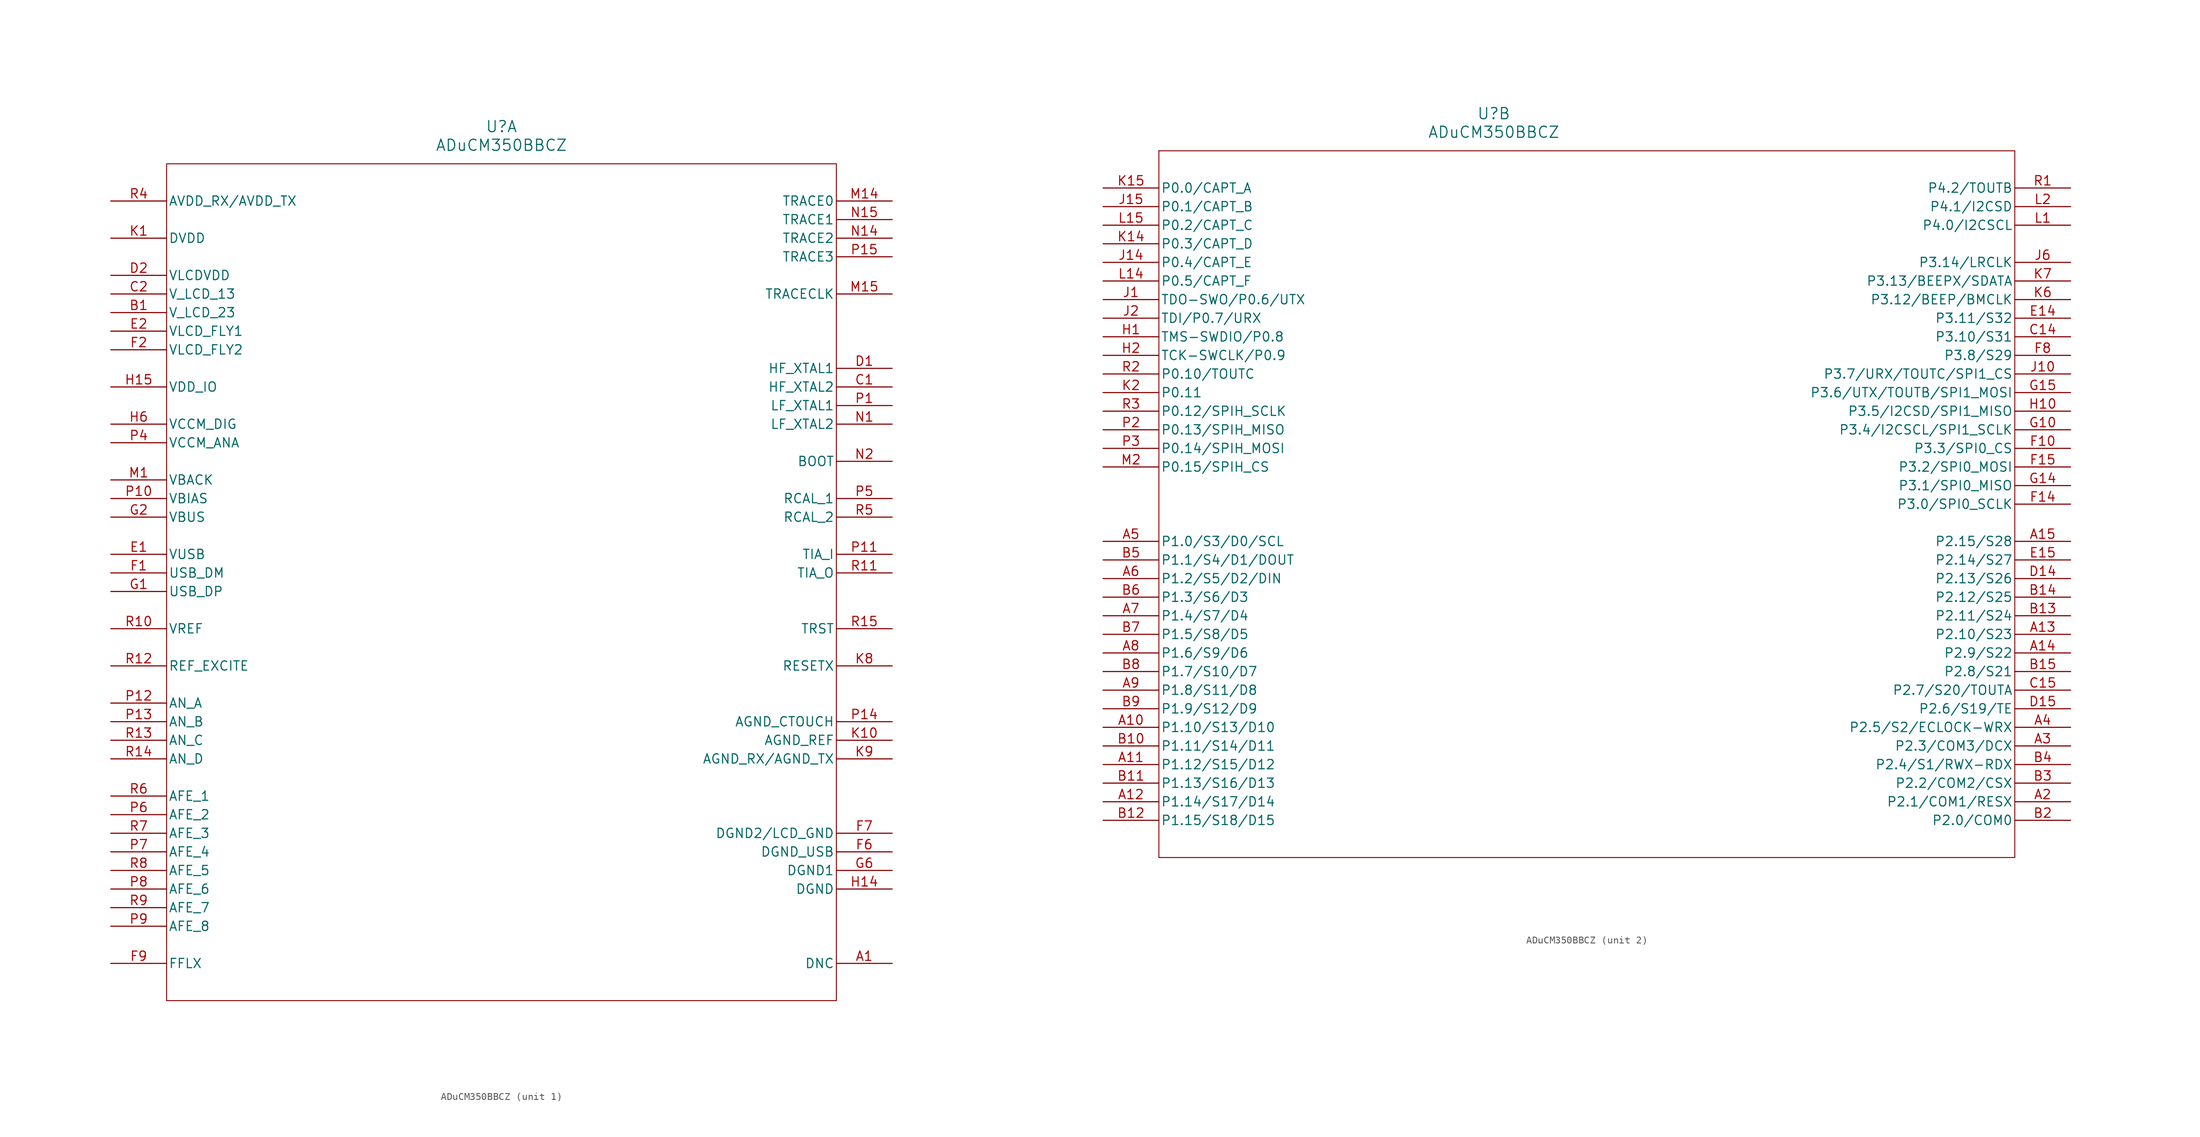
<source format=kicad_sym>
(kicad_symbol_lib
  (version 20231120)
  (generator "kicad_symbol_editor")
  (generator_version "8.0")
  (symbol "ADuCM350BBCZ"
    (pin_names
      (offset 0.254))
    (property "Reference" "U"
      (at 53.34 10.16 0)
      (effects (font (size 1.524 1.524))))
    (property "Value" "ADuCM350BBCZ"
      (at 53.34 7.62 0)
      (effects (font (size 1.524 1.524))))
    (property "ki_locked" ""
      (at 0 0 0)
      (effects (font (size 1.27 1.27))))
    (symbol "ADuCM350BBCZ_1_1"
      (polyline (pts (xy 7.62 -109.22) (xy 99.06 -109.22)) (stroke (width 0.127) (type default)) (fill (type none)))
      (polyline (pts (xy 7.62 5.08) (xy 7.62 -109.22)) (stroke (width 0.127) (type default)) (fill (type none)))
      (polyline (pts (xy 99.06 -109.22) (xy 99.06 5.08)) (stroke (width 0.127) (type default)) (fill (type none)))
      (polyline (pts (xy 99.06 5.08) (xy 7.62 5.08)) (stroke (width 0.127) (type default)) (fill (type none)))
      (pin unspecified line (at 106.68 -104.14 180) (length 7.62) (name "DNC" (effects (font (size 1.27 1.27)))) (number "A1" (effects (font (size 1.27 1.27)))))
      (pin unspecified line (at 0 -15.24 0) (length 7.62) (name "V_LCD_23" (effects (font (size 1.27 1.27)))) (number "B1" (effects (font (size 1.27 1.27)))))
      (pin unspecified line (at 106.68 -25.4 180) (length 7.62) (name "HF_XTAL2" (effects (font (size 1.27 1.27)))) (number "C1" (effects (font (size 1.27 1.27)))))
      (pin unspecified line (at 0 -12.7 0) (length 7.62) (name "V_LCD_13" (effects (font (size 1.27 1.27)))) (number "C2" (effects (font (size 1.27 1.27)))))
      (pin unspecified line (at 106.68 -22.86 180) (length 7.62) (name "HF_XTAL1" (effects (font (size 1.27 1.27)))) (number "D1" (effects (font (size 1.27 1.27)))))
      (pin unspecified line (at 0 -10.16 0) (length 7.62) (name "VLCDVDD" (effects (font (size 1.27 1.27)))) (number "D2" (effects (font (size 1.27 1.27)))))
      (pin unspecified line (at 0 -48.26 0) (length 7.62) (name "VUSB" (effects (font (size 1.27 1.27)))) (number "E1" (effects (font (size 1.27 1.27)))))
      (pin unspecified line (at 0 -17.78 0) (length 7.62) (name "VLCD_FLY1" (effects (font (size 1.27 1.27)))) (number "E2" (effects (font (size 1.27 1.27)))))
      (pin unspecified line (at 0 -50.8 0) (length 7.62) (name "USB_DM" (effects (font (size 1.27 1.27)))) (number "F1" (effects (font (size 1.27 1.27)))))
      (pin unspecified line (at 0 -20.32 0) (length 7.62) (name "VLCD_FLY2" (effects (font (size 1.27 1.27)))) (number "F2" (effects (font (size 1.27 1.27)))))
      (pin unspecified line (at 106.68 -88.9 180) (length 7.62) (name "DGND_USB" (effects (font (size 1.27 1.27)))) (number "F6" (effects (font (size 1.27 1.27)))))
      (pin unspecified line (at 106.68 -86.36 180) (length 7.62) (name "DGND2/LCD_GND" (effects (font (size 1.27 1.27)))) (number "F7" (effects (font (size 1.27 1.27)))))
      (pin unspecified line (at 0 -104.14 0) (length 7.62) (name "FFLX" (effects (font (size 1.27 1.27)))) (number "F9" (effects (font (size 1.27 1.27)))))
      (pin unspecified line (at 0 -53.34 0) (length 7.62) (name "USB_DP" (effects (font (size 1.27 1.27)))) (number "G1" (effects (font (size 1.27 1.27)))))
      (pin unspecified line (at 0 -43.18 0) (length 7.62) (name "VBUS" (effects (font (size 1.27 1.27)))) (number "G2" (effects (font (size 1.27 1.27)))))
      (pin unspecified line (at 106.68 -91.44 180) (length 7.62) (name "DGND1" (effects (font (size 1.27 1.27)))) (number "G6" (effects (font (size 1.27 1.27)))))
      (pin unspecified line (at 106.68 -93.98 180) (length 7.62) (name "DGND" (effects (font (size 1.27 1.27)))) (number "H14" (effects (font (size 1.27 1.27)))))
      (pin unspecified line (at 0 -25.4 0) (length 7.62) (name "VDD_IO" (effects (font (size 1.27 1.27)))) (number "H15" (effects (font (size 1.27 1.27)))))
      (pin unspecified line (at 0 -30.48 0) (length 7.62) (name "VCCM_DIG" (effects (font (size 1.27 1.27)))) (number "H6" (effects (font (size 1.27 1.27)))))
      (pin unspecified line (at 0 -5.08 0) (length 7.62) (name "DVDD" (effects (font (size 1.27 1.27)))) (number "K1" (effects (font (size 1.27 1.27)))))
      (pin unspecified line (at 106.68 -73.66 180) (length 7.62) (name "AGND_REF" (effects (font (size 1.27 1.27)))) (number "K10" (effects (font (size 1.27 1.27)))))
      (pin unspecified line (at 106.68 -63.5 180) (length 7.62) (name "RESETX" (effects (font (size 1.27 1.27)))) (number "K8" (effects (font (size 1.27 1.27)))))
      (pin unspecified line (at 106.68 -76.2 180) (length 7.62) (name "AGND_RX/AGND_TX" (effects (font (size 1.27 1.27)))) (number "K9" (effects (font (size 1.27 1.27)))))
      (pin unspecified line (at 0 -38.1 0) (length 7.62) (name "VBACK" (effects (font (size 1.27 1.27)))) (number "M1" (effects (font (size 1.27 1.27)))))
      (pin unspecified line (at 106.68 0 180) (length 7.62) (name "TRACE0" (effects (font (size 1.27 1.27)))) (number "M14" (effects (font (size 1.27 1.27)))))
      (pin unspecified line (at 106.68 -12.7 180) (length 7.62) (name "TRACECLK" (effects (font (size 1.27 1.27)))) (number "M15" (effects (font (size 1.27 1.27)))))
      (pin unspecified line (at 106.68 -30.48 180) (length 7.62) (name "LF_XTAL2" (effects (font (size 1.27 1.27)))) (number "N1" (effects (font (size 1.27 1.27)))))
      (pin unspecified line (at 106.68 -5.08 180) (length 7.62) (name "TRACE2" (effects (font (size 1.27 1.27)))) (number "N14" (effects (font (size 1.27 1.27)))))
      (pin unspecified line (at 106.68 -2.54 180) (length 7.62) (name "TRACE1" (effects (font (size 1.27 1.27)))) (number "N15" (effects (font (size 1.27 1.27)))))
      (pin unspecified line (at 106.68 -35.56 180) (length 7.62) (name "BOOT" (effects (font (size 1.27 1.27)))) (number "N2" (effects (font (size 1.27 1.27)))))
      (pin unspecified line (at 106.68 -27.94 180) (length 7.62) (name "LF_XTAL1" (effects (font (size 1.27 1.27)))) (number "P1" (effects (font (size 1.27 1.27)))))
      (pin unspecified line (at 0 -40.64 0) (length 7.62) (name "VBIAS" (effects (font (size 1.27 1.27)))) (number "P10" (effects (font (size 1.27 1.27)))))
      (pin unspecified line (at 106.68 -48.26 180) (length 7.62) (name "TIA_I" (effects (font (size 1.27 1.27)))) (number "P11" (effects (font (size 1.27 1.27)))))
      (pin unspecified line (at 0 -68.58 0) (length 7.62) (name "AN_A" (effects (font (size 1.27 1.27)))) (number "P12" (effects (font (size 1.27 1.27)))))
      (pin unspecified line (at 0 -71.12 0) (length 7.62) (name "AN_B" (effects (font (size 1.27 1.27)))) (number "P13" (effects (font (size 1.27 1.27)))))
      (pin unspecified line (at 106.68 -71.12 180) (length 7.62) (name "AGND_CTOUCH" (effects (font (size 1.27 1.27)))) (number "P14" (effects (font (size 1.27 1.27)))))
      (pin unspecified line (at 106.68 -7.62 180) (length 7.62) (name "TRACE3" (effects (font (size 1.27 1.27)))) (number "P15" (effects (font (size 1.27 1.27)))))
      (pin unspecified line (at 0 -33.02 0) (length 7.62) (name "VCCM_ANA" (effects (font (size 1.27 1.27)))) (number "P4" (effects (font (size 1.27 1.27)))))
      (pin unspecified line (at 106.68 -40.64 180) (length 7.62) (name "RCAL_1" (effects (font (size 1.27 1.27)))) (number "P5" (effects (font (size 1.27 1.27)))))
      (pin unspecified line (at 0 -83.82 0) (length 7.62) (name "AFE_2" (effects (font (size 1.27 1.27)))) (number "P6" (effects (font (size 1.27 1.27)))))
      (pin unspecified line (at 0 -88.9 0) (length 7.62) (name "AFE_4" (effects (font (size 1.27 1.27)))) (number "P7" (effects (font (size 1.27 1.27)))))
      (pin unspecified line (at 0 -93.98 0) (length 7.62) (name "AFE_6" (effects (font (size 1.27 1.27)))) (number "P8" (effects (font (size 1.27 1.27)))))
      (pin unspecified line (at 0 -99.06 0) (length 7.62) (name "AFE_8" (effects (font (size 1.27 1.27)))) (number "P9" (effects (font (size 1.27 1.27)))))
      (pin unspecified line (at 0 -58.42 0) (length 7.62) (name "VREF" (effects (font (size 1.27 1.27)))) (number "R10" (effects (font (size 1.27 1.27)))))
      (pin unspecified line (at 106.68 -50.8 180) (length 7.62) (name "TIA_O" (effects (font (size 1.27 1.27)))) (number "R11" (effects (font (size 1.27 1.27)))))
      (pin unspecified line (at 0 -63.5 0) (length 7.62) (name "REF_EXCITE" (effects (font (size 1.27 1.27)))) (number "R12" (effects (font (size 1.27 1.27)))))
      (pin unspecified line (at 0 -73.66 0) (length 7.62) (name "AN_C" (effects (font (size 1.27 1.27)))) (number "R13" (effects (font (size 1.27 1.27)))))
      (pin unspecified line (at 0 -76.2 0) (length 7.62) (name "AN_D" (effects (font (size 1.27 1.27)))) (number "R14" (effects (font (size 1.27 1.27)))))
      (pin unspecified line (at 106.68 -58.42 180) (length 7.62) (name "TRST" (effects (font (size 1.27 1.27)))) (number "R15" (effects (font (size 1.27 1.27)))))
      (pin unspecified line (at 0 0 0) (length 7.62) (name "AVDD_RX/AVDD_TX" (effects (font (size 1.27 1.27)))) (number "R4" (effects (font (size 1.27 1.27)))))
      (pin unspecified line (at 106.68 -43.18 180) (length 7.62) (name "RCAL_2" (effects (font (size 1.27 1.27)))) (number "R5" (effects (font (size 1.27 1.27)))))
      (pin unspecified line (at 0 -81.28 0) (length 7.62) (name "AFE_1" (effects (font (size 1.27 1.27)))) (number "R6" (effects (font (size 1.27 1.27)))))
      (pin unspecified line (at 0 -86.36 0) (length 7.62) (name "AFE_3" (effects (font (size 1.27 1.27)))) (number "R7" (effects (font (size 1.27 1.27)))))
      (pin unspecified line (at 0 -91.44 0) (length 7.62) (name "AFE_5" (effects (font (size 1.27 1.27)))) (number "R8" (effects (font (size 1.27 1.27)))))
      (pin unspecified line (at 0 -96.52 0) (length 7.62) (name "AFE_7" (effects (font (size 1.27 1.27)))) (number "R9" (effects (font (size 1.27 1.27))))))
    (symbol "ADuCM350BBCZ_2_1"
      (polyline (pts (xy 7.62 -91.44) (xy 124.46 -91.44)) (stroke (width 0.127) (type default)) (fill (type none)))
      (polyline (pts (xy 7.62 5.08) (xy 7.62 -91.44)) (stroke (width 0.127) (type default)) (fill (type none)))
      (polyline (pts (xy 124.46 -91.44) (xy 124.46 5.08)) (stroke (width 0.127) (type default)) (fill (type none)))
      (polyline (pts (xy 124.46 5.08) (xy 7.62 5.08)) (stroke (width 0.127) (type default)) (fill (type none)))
      (pin unspecified line (at 0 -73.66 0) (length 7.62) (name "P1.10/S13/D10" (effects (font (size 1.27 1.27)))) (number "A10" (effects (font (size 1.27 1.27)))))
      (pin unspecified line (at 0 -78.74 0) (length 7.62) (name "P1.12/S15/D12" (effects (font (size 1.27 1.27)))) (number "A11" (effects (font (size 1.27 1.27)))))
      (pin unspecified line (at 0 -83.82 0) (length 7.62) (name "P1.14/S17/D14" (effects (font (size 1.27 1.27)))) (number "A12" (effects (font (size 1.27 1.27)))))
      (pin unspecified line (at 132.08 -60.96 180) (length 7.62) (name "P2.10/S23" (effects (font (size 1.27 1.27)))) (number "A13" (effects (font (size 1.27 1.27)))))
      (pin unspecified line (at 132.08 -63.5 180) (length 7.62) (name "P2.9/S22" (effects (font (size 1.27 1.27)))) (number "A14" (effects (font (size 1.27 1.27)))))
      (pin unspecified line (at 132.08 -48.26 180) (length 7.62) (name "P2.15/S28" (effects (font (size 1.27 1.27)))) (number "A15" (effects (font (size 1.27 1.27)))))
      (pin unspecified line (at 132.08 -83.82 180) (length 7.62) (name "P2.1/COM1/RESX" (effects (font (size 1.27 1.27)))) (number "A2" (effects (font (size 1.27 1.27)))))
      (pin unspecified line (at 132.08 -76.2 180) (length 7.62) (name "P2.3/COM3/DCX" (effects (font (size 1.27 1.27)))) (number "A3" (effects (font (size 1.27 1.27)))))
      (pin unspecified line (at 132.08 -73.66 180) (length 7.62) (name "P2.5/S2/ECLOCK-WRX" (effects (font (size 1.27 1.27)))) (number "A4" (effects (font (size 1.27 1.27)))))
      (pin unspecified line (at 0 -48.26 0) (length 7.62) (name "P1.0/S3/D0/SCL" (effects (font (size 1.27 1.27)))) (number "A5" (effects (font (size 1.27 1.27)))))
      (pin unspecified line (at 0 -53.34 0) (length 7.62) (name "P1.2/S5/D2/DIN" (effects (font (size 1.27 1.27)))) (number "A6" (effects (font (size 1.27 1.27)))))
      (pin unspecified line (at 0 -58.42 0) (length 7.62) (name "P1.4/S7/D4" (effects (font (size 1.27 1.27)))) (number "A7" (effects (font (size 1.27 1.27)))))
      (pin unspecified line (at 0 -63.5 0) (length 7.62) (name "P1.6/S9/D6" (effects (font (size 1.27 1.27)))) (number "A8" (effects (font (size 1.27 1.27)))))
      (pin unspecified line (at 0 -68.58 0) (length 7.62) (name "P1.8/S11/D8" (effects (font (size 1.27 1.27)))) (number "A9" (effects (font (size 1.27 1.27)))))
      (pin unspecified line (at 0 -76.2 0) (length 7.62) (name "P1.11/S14/D11" (effects (font (size 1.27 1.27)))) (number "B10" (effects (font (size 1.27 1.27)))))
      (pin unspecified line (at 0 -81.28 0) (length 7.62) (name "P1.13/S16/D13" (effects (font (size 1.27 1.27)))) (number "B11" (effects (font (size 1.27 1.27)))))
      (pin unspecified line (at 0 -86.36 0) (length 7.62) (name "P1.15/S18/D15" (effects (font (size 1.27 1.27)))) (number "B12" (effects (font (size 1.27 1.27)))))
      (pin unspecified line (at 132.08 -58.42 180) (length 7.62) (name "P2.11/S24" (effects (font (size 1.27 1.27)))) (number "B13" (effects (font (size 1.27 1.27)))))
      (pin unspecified line (at 132.08 -55.88 180) (length 7.62) (name "P2.12/S25" (effects (font (size 1.27 1.27)))) (number "B14" (effects (font (size 1.27 1.27)))))
      (pin unspecified line (at 132.08 -66.04 180) (length 7.62) (name "P2.8/S21" (effects (font (size 1.27 1.27)))) (number "B15" (effects (font (size 1.27 1.27)))))
      (pin unspecified line (at 132.08 -86.36 180) (length 7.62) (name "P2.0/COM0" (effects (font (size 1.27 1.27)))) (number "B2" (effects (font (size 1.27 1.27)))))
      (pin unspecified line (at 132.08 -81.28 180) (length 7.62) (name "P2.2/COM2/CSX" (effects (font (size 1.27 1.27)))) (number "B3" (effects (font (size 1.27 1.27)))))
      (pin unspecified line (at 132.08 -78.74 180) (length 7.62) (name "P2.4/S1/RWX-RDX" (effects (font (size 1.27 1.27)))) (number "B4" (effects (font (size 1.27 1.27)))))
      (pin unspecified line (at 0 -50.8 0) (length 7.62) (name "P1.1/S4/D1/DOUT" (effects (font (size 1.27 1.27)))) (number "B5" (effects (font (size 1.27 1.27)))))
      (pin unspecified line (at 0 -55.88 0) (length 7.62) (name "P1.3/S6/D3" (effects (font (size 1.27 1.27)))) (number "B6" (effects (font (size 1.27 1.27)))))
      (pin unspecified line (at 0 -60.96 0) (length 7.62) (name "P1.5/S8/D5" (effects (font (size 1.27 1.27)))) (number "B7" (effects (font (size 1.27 1.27)))))
      (pin unspecified line (at 0 -66.04 0) (length 7.62) (name "P1.7/S10/D7" (effects (font (size 1.27 1.27)))) (number "B8" (effects (font (size 1.27 1.27)))))
      (pin unspecified line (at 0 -71.12 0) (length 7.62) (name "P1.9/S12/D9" (effects (font (size 1.27 1.27)))) (number "B9" (effects (font (size 1.27 1.27)))))
      (pin unspecified line (at 132.08 -20.32 180) (length 7.62) (name "P3.10/S31" (effects (font (size 1.27 1.27)))) (number "C14" (effects (font (size 1.27 1.27)))))
      (pin unspecified line (at 132.08 -68.58 180) (length 7.62) (name "P2.7/S20/TOUTA" (effects (font (size 1.27 1.27)))) (number "C15" (effects (font (size 1.27 1.27)))))
      (pin unspecified line (at 132.08 -53.34 180) (length 7.62) (name "P2.13/S26" (effects (font (size 1.27 1.27)))) (number "D14" (effects (font (size 1.27 1.27)))))
      (pin unspecified line (at 132.08 -71.12 180) (length 7.62) (name "P2.6/S19/TE" (effects (font (size 1.27 1.27)))) (number "D15" (effects (font (size 1.27 1.27)))))
      (pin unspecified line (at 132.08 -17.78 180) (length 7.62) (name "P3.11/S32" (effects (font (size 1.27 1.27)))) (number "E14" (effects (font (size 1.27 1.27)))))
      (pin unspecified line (at 132.08 -50.8 180) (length 7.62) (name "P2.14/S27" (effects (font (size 1.27 1.27)))) (number "E15" (effects (font (size 1.27 1.27)))))
      (pin unspecified line (at 132.08 -35.56 180) (length 7.62) (name "P3.3/SPI0_CS" (effects (font (size 1.27 1.27)))) (number "F10" (effects (font (size 1.27 1.27)))))
      (pin unspecified line (at 132.08 -43.18 180) (length 7.62) (name "P3.0/SPI0_SCLK" (effects (font (size 1.27 1.27)))) (number "F14" (effects (font (size 1.27 1.27)))))
      (pin unspecified line (at 132.08 -38.1 180) (length 7.62) (name "P3.2/SPI0_MOSI" (effects (font (size 1.27 1.27)))) (number "F15" (effects (font (size 1.27 1.27)))))
      (pin unspecified line (at 132.08 -22.86 180) (length 7.62) (name "P3.8/S29" (effects (font (size 1.27 1.27)))) (number "F8" (effects (font (size 1.27 1.27)))))
      (pin unspecified line (at 132.08 -33.02 180) (length 7.62) (name "P3.4/I2CSCL/SPI1_SCLK" (effects (font (size 1.27 1.27)))) (number "G10" (effects (font (size 1.27 1.27)))))
      (pin unspecified line (at 132.08 -40.64 180) (length 7.62) (name "P3.1/SPI0_MISO" (effects (font (size 1.27 1.27)))) (number "G14" (effects (font (size 1.27 1.27)))))
      (pin unspecified line (at 132.08 -27.94 180) (length 7.62) (name "P3.6/UTX/TOUTB/SPI1_MOSI" (effects (font (size 1.27 1.27)))) (number "G15" (effects (font (size 1.27 1.27)))))
      (pin unspecified line (at 0 -20.32 0) (length 7.62) (name "TMS-SWDIO/P0.8" (effects (font (size 1.27 1.27)))) (number "H1" (effects (font (size 1.27 1.27)))))
      (pin unspecified line (at 132.08 -30.48 180) (length 7.62) (name "P3.5/I2CSD/SPI1_MISO" (effects (font (size 1.27 1.27)))) (number "H10" (effects (font (size 1.27 1.27)))))
      (pin unspecified line (at 0 -22.86 0) (length 7.62) (name "TCK-SWCLK/P0.9" (effects (font (size 1.27 1.27)))) (number "H2" (effects (font (size 1.27 1.27)))))
      (pin unspecified line (at 0 -15.24 0) (length 7.62) (name "TDO-SWO/P0.6/UTX" (effects (font (size 1.27 1.27)))) (number "J1" (effects (font (size 1.27 1.27)))))
      (pin unspecified line (at 132.08 -25.4 180) (length 7.62) (name "P3.7/URX/TOUTC/SPI1_CS" (effects (font (size 1.27 1.27)))) (number "J10" (effects (font (size 1.27 1.27)))))
      (pin unspecified line (at 0 -10.16 0) (length 7.62) (name "P0.4/CAPT_E" (effects (font (size 1.27 1.27)))) (number "J14" (effects (font (size 1.27 1.27)))))
      (pin unspecified line (at 0 -2.54 0) (length 7.62) (name "P0.1/CAPT_B" (effects (font (size 1.27 1.27)))) (number "J15" (effects (font (size 1.27 1.27)))))
      (pin unspecified line (at 0 -17.78 0) (length 7.62) (name "TDI/P0.7/URX" (effects (font (size 1.27 1.27)))) (number "J2" (effects (font (size 1.27 1.27)))))
      (pin unspecified line (at 132.08 -10.16 180) (length 7.62) (name "P3.14/LRCLK" (effects (font (size 1.27 1.27)))) (number "J6" (effects (font (size 1.27 1.27)))))
      (pin unspecified line (at 0 -7.62 0) (length 7.62) (name "P0.3/CAPT_D" (effects (font (size 1.27 1.27)))) (number "K14" (effects (font (size 1.27 1.27)))))
      (pin unspecified line (at 0 0 0) (length 7.62) (name "P0.0/CAPT_A" (effects (font (size 1.27 1.27)))) (number "K15" (effects (font (size 1.27 1.27)))))
      (pin unspecified line (at 0 -27.94 0) (length 7.62) (name "P0.11" (effects (font (size 1.27 1.27)))) (number "K2" (effects (font (size 1.27 1.27)))))
      (pin unspecified line (at 132.08 -15.24 180) (length 7.62) (name "P3.12/BEEP/BMCLK" (effects (font (size 1.27 1.27)))) (number "K6" (effects (font (size 1.27 1.27)))))
      (pin unspecified line (at 132.08 -12.7 180) (length 7.62) (name "P3.13/BEEPX/SDATA" (effects (font (size 1.27 1.27)))) (number "K7" (effects (font (size 1.27 1.27)))))
      (pin unspecified line (at 132.08 -5.08 180) (length 7.62) (name "P4.0/I2CSCL" (effects (font (size 1.27 1.27)))) (number "L1" (effects (font (size 1.27 1.27)))))
      (pin unspecified line (at 0 -12.7 0) (length 7.62) (name "P0.5/CAPT_F" (effects (font (size 1.27 1.27)))) (number "L14" (effects (font (size 1.27 1.27)))))
      (pin unspecified line (at 0 -5.08 0) (length 7.62) (name "P0.2/CAPT_C" (effects (font (size 1.27 1.27)))) (number "L15" (effects (font (size 1.27 1.27)))))
      (pin unspecified line (at 132.08 -2.54 180) (length 7.62) (name "P4.1/I2CSD" (effects (font (size 1.27 1.27)))) (number "L2" (effects (font (size 1.27 1.27)))))
      (pin unspecified line (at 0 -38.1 0) (length 7.62) (name "P0.15/SPIH_CS" (effects (font (size 1.27 1.27)))) (number "M2" (effects (font (size 1.27 1.27)))))
      (pin unspecified line (at 0 -33.02 0) (length 7.62) (name "P0.13/SPIH_MISO" (effects (font (size 1.27 1.27)))) (number "P2" (effects (font (size 1.27 1.27)))))
      (pin unspecified line (at 0 -35.56 0) (length 7.62) (name "P0.14/SPIH_MOSI" (effects (font (size 1.27 1.27)))) (number "P3" (effects (font (size 1.27 1.27)))))
      (pin unspecified line (at 132.08 0 180) (length 7.62) (name "P4.2/TOUTB" (effects (font (size 1.27 1.27)))) (number "R1" (effects (font (size 1.27 1.27)))))
      (pin unspecified line (at 0 -25.4 0) (length 7.62) (name "P0.10/TOUTC" (effects (font (size 1.27 1.27)))) (number "R2" (effects (font (size 1.27 1.27)))))
      (pin unspecified line (at 0 -30.48 0) (length 7.62) (name "P0.12/SPIH_SCLK" (effects (font (size 1.27 1.27)))) (number "R3" (effects (font (size 1.27 1.27))))))))
</source>
